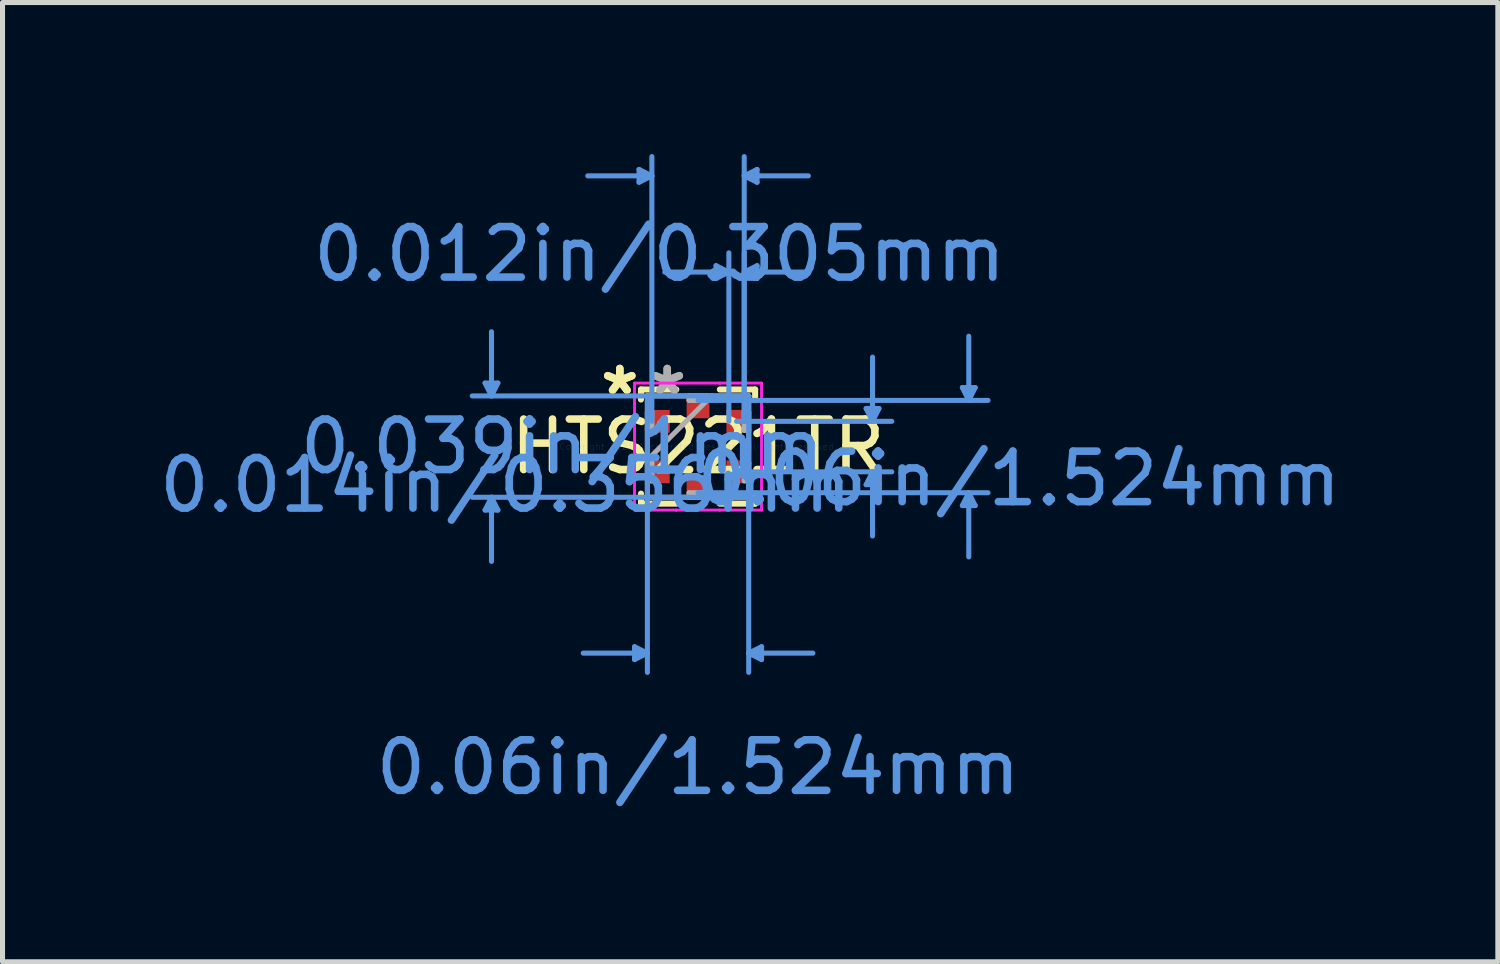
<source format=kicad_pcb>
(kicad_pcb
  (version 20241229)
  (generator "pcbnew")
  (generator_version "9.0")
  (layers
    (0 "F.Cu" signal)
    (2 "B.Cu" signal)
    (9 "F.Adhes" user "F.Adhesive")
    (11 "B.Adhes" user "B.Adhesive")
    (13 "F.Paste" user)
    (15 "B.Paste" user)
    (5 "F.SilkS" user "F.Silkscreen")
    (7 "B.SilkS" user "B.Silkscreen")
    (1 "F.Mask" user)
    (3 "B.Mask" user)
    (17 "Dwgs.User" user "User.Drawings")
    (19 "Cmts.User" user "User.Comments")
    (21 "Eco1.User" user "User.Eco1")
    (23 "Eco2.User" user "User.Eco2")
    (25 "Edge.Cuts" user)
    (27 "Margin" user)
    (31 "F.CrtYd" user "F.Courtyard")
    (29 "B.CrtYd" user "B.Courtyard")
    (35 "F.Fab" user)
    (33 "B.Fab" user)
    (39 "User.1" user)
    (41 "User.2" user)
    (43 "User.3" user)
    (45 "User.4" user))
  (footprint "HTS221TR"
    (layer "F.Cu")
    (at 10.768 5.79)
    (property "Reference" "HTS221TR" (at 0 0 0) (layer "F.SilkS") (effects (font (size 1 1) (thickness 0.15))))
    (attr through_hole)
    (fp_line (start -1.13 -1.13) (end -1.13 -0.931) (stroke (width 0.12) (type solid)) (layer "F.SilkS"))
    (fp_line (start -1.13 0.931) (end -1.13 1.13) (stroke (width 0.12) (type solid)) (layer "F.SilkS"))
    (fp_line (start -1.13 1.13) (end -0.431 1.13) (stroke (width 0.12) (type solid)) (layer "F.SilkS"))
    (fp_line (start -0.431 -1.13) (end -1.13 -1.13) (stroke (width 0.12) (type solid)) (layer "F.SilkS"))
    (fp_line (start 0.431 1.13) (end 1.13 1.13) (stroke (width 0.12) (type solid)) (layer "F.SilkS"))
    (fp_line (start 1.13 -1.13) (end 0.431 -1.13) (stroke (width 0.12) (type solid)) (layer "F.SilkS"))
    (fp_line (start 1.13 -0.931) (end 1.13 -1.13) (stroke (width 0.12) (type solid)) (layer "F.SilkS"))
    (fp_line (start 1.13 1.13) (end 1.13 0.931) (stroke (width 0.12) (type solid)) (layer "F.SilkS"))
    (fp_line (start -4.216 -1.257) (end -3.962 -1.257) (stroke (width 0.1) (type solid)) (layer "Cmts.User"))
    (fp_line (start -4.216 1.257) (end -3.962 1.257) (stroke (width 0.1) (type solid)) (layer "Cmts.User"))
    (fp_line (start -4.089 -1.003) (end -4.216 -1.257) (stroke (width 0.1) (type solid)) (layer "Cmts.User"))
    (fp_line (start -4.089 -1.003) (end -4.089 -2.273) (stroke (width 0.1) (type solid)) (layer "Cmts.User"))
    (fp_line (start -4.089 -1.003) (end -3.962 -1.257) (stroke (width 0.1) (type solid)) (layer "Cmts.User"))
    (fp_line (start -4.089 1.003) (end -4.216 1.257) (stroke (width 0.1) (type solid)) (layer "Cmts.User"))
    (fp_line (start -4.089 1.003) (end -4.089 2.273) (stroke (width 0.1) (type solid)) (layer "Cmts.User"))
    (fp_line (start -4.089 1.003) (end -3.962 1.257) (stroke (width 0.1) (type solid)) (layer "Cmts.User"))
    (fp_line (start -1.257 3.962) (end -1.257 4.216) (stroke (width 0.1) (type solid)) (layer "Cmts.User"))
    (fp_line (start -1.168 -5.486) (end -1.168 -5.232) (stroke (width 0.1) (type solid)) (layer "Cmts.User"))
    (fp_line (start -1.003 -1.003) (end -1.003 4.47) (stroke (width 0.1) (type solid)) (layer "Cmts.User"))
    (fp_line (start -1.003 4.089) (end -2.273 4.089) (stroke (width 0.1) (type solid)) (layer "Cmts.User"))
    (fp_line (start -1.003 4.089) (end -1.257 3.962) (stroke (width 0.1) (type solid)) (layer "Cmts.User"))
    (fp_line (start -1.003 4.089) (end -1.257 4.216) (stroke (width 0.1) (type solid)) (layer "Cmts.User"))
    (fp_line (start -0.914 -5.359) (end -2.184 -5.359) (stroke (width 0.1) (type solid)) (layer "Cmts.User"))
    (fp_line (start -0.914 -5.359) (end -1.168 -5.486) (stroke (width 0.1) (type solid)) (layer "Cmts.User"))
    (fp_line (start -0.914 -5.359) (end -1.168 -5.232) (stroke (width 0.1) (type solid)) (layer "Cmts.User"))
    (fp_line (start -0.914 -0.5) (end -0.914 -5.74) (stroke (width 0.1) (type solid)) (layer "Cmts.User"))
    (fp_line (start 0 -0.914) (end 5.74 -0.914) (stroke (width 0.1) (type solid)) (layer "Cmts.User"))
    (fp_line (start 0 0.914) (end 5.74 0.914) (stroke (width 0.1) (type solid)) (layer "Cmts.User"))
    (fp_line (start 0.356 -3.581) (end 0.356 -3.327) (stroke (width 0.1) (type solid)) (layer "Cmts.User"))
    (fp_line (start 0.61 -3.454) (end -0.66 -3.454) (stroke (width 0.1) (type solid)) (layer "Cmts.User"))
    (fp_line (start 0.61 -3.454) (end 0.356 -3.581) (stroke (width 0.1) (type solid)) (layer "Cmts.User"))
    (fp_line (start 0.61 -3.454) (end 0.356 -3.327) (stroke (width 0.1) (type solid)) (layer "Cmts.User"))
    (fp_line (start 0.61 -0.5) (end 0.61 -3.835) (stroke (width 0.1) (type solid)) (layer "Cmts.User"))
    (fp_line (start 0.762 -0.5) (end 3.835 -0.5) (stroke (width 0.1) (type solid)) (layer "Cmts.User"))
    (fp_line (start 0.762 0.5) (end 3.835 0.5) (stroke (width 0.1) (type solid)) (layer "Cmts.User"))
    (fp_line (start 0.914 -5.359) (end 1.168 -5.486) (stroke (width 0.1) (type solid)) (layer "Cmts.User"))
    (fp_line (start 0.914 -5.359) (end 1.168 -5.232) (stroke (width 0.1) (type solid)) (layer "Cmts.User"))
    (fp_line (start 0.914 -5.359) (end 2.184 -5.359) (stroke (width 0.1) (type solid)) (layer "Cmts.User"))
    (fp_line (start 0.914 -3.454) (end 1.168 -3.581) (stroke (width 0.1) (type solid)) (layer "Cmts.User"))
    (fp_line (start 0.914 -3.454) (end 1.168 -3.327) (stroke (width 0.1) (type solid)) (layer "Cmts.User"))
    (fp_line (start 0.914 -3.454) (end 2.184 -3.454) (stroke (width 0.1) (type solid)) (layer "Cmts.User"))
    (fp_line (start 0.914 -0.5) (end 0.914 -5.74) (stroke (width 0.1) (type solid)) (layer "Cmts.User"))
    (fp_line (start 0.914 -0.5) (end 0.914 -3.835) (stroke (width 0.1) (type solid)) (layer "Cmts.User"))
    (fp_line (start 1.003 -1.003) (end -4.47 -1.003) (stroke (width 0.1) (type solid)) (layer "Cmts.User"))
    (fp_line (start 1.003 -1.003) (end 1.003 4.47) (stroke (width 0.1) (type solid)) (layer "Cmts.User"))
    (fp_line (start 1.003 1.003) (end -4.47 1.003) (stroke (width 0.1) (type solid)) (layer "Cmts.User"))
    (fp_line (start 1.003 4.089) (end 1.257 3.962) (stroke (width 0.1) (type solid)) (layer "Cmts.User"))
    (fp_line (start 1.003 4.089) (end 1.257 4.216) (stroke (width 0.1) (type solid)) (layer "Cmts.User"))
    (fp_line (start 1.003 4.089) (end 2.273 4.089) (stroke (width 0.1) (type solid)) (layer "Cmts.User"))
    (fp_line (start 1.168 -5.486) (end 1.168 -5.232) (stroke (width 0.1) (type solid)) (layer "Cmts.User"))
    (fp_line (start 1.168 -3.581) (end 1.168 -3.327) (stroke (width 0.1) (type solid)) (layer "Cmts.User"))
    (fp_line (start 1.257 3.962) (end 1.257 4.216) (stroke (width 0.1) (type solid)) (layer "Cmts.User"))
    (fp_line (start 3.327 -0.754) (end 3.581 -0.754) (stroke (width 0.1) (type solid)) (layer "Cmts.User"))
    (fp_line (start 3.327 0.754) (end 3.581 0.754) (stroke (width 0.1) (type solid)) (layer "Cmts.User"))
    (fp_line (start 3.454 -0.5) (end 3.327 -0.754) (stroke (width 0.1) (type solid)) (layer "Cmts.User"))
    (fp_line (start 3.454 -0.5) (end 3.454 -1.77) (stroke (width 0.1) (type solid)) (layer "Cmts.User"))
    (fp_line (start 3.454 -0.5) (end 3.581 -0.754) (stroke (width 0.1) (type solid)) (layer "Cmts.User"))
    (fp_line (start 3.454 0.5) (end 3.327 0.754) (stroke (width 0.1) (type solid)) (layer "Cmts.User"))
    (fp_line (start 3.454 0.5) (end 3.454 1.77) (stroke (width 0.1) (type solid)) (layer "Cmts.User"))
    (fp_line (start 3.454 0.5) (end 3.581 0.754) (stroke (width 0.1) (type solid)) (layer "Cmts.User"))
    (fp_line (start 5.232 -1.168) (end 5.486 -1.168) (stroke (width 0.1) (type solid)) (layer "Cmts.User"))
    (fp_line (start 5.232 1.168) (end 5.486 1.168) (stroke (width 0.1) (type solid)) (layer "Cmts.User"))
    (fp_line (start 5.359 -0.914) (end 5.232 -1.168) (stroke (width 0.1) (type solid)) (layer "Cmts.User"))
    (fp_line (start 5.359 -0.914) (end 5.359 -2.184) (stroke (width 0.1) (type solid)) (layer "Cmts.User"))
    (fp_line (start 5.359 -0.914) (end 5.486 -1.168) (stroke (width 0.1) (type solid)) (layer "Cmts.User"))
    (fp_line (start 5.359 0.914) (end 5.232 1.168) (stroke (width 0.1) (type solid)) (layer "Cmts.User"))
    (fp_line (start 5.359 0.914) (end 5.359 2.184) (stroke (width 0.1) (type solid)) (layer "Cmts.User"))
    (fp_line (start 5.359 0.914) (end 5.486 1.168) (stroke (width 0.1) (type solid)) (layer "Cmts.User"))
    (fp_line (start -1.257 -1.257) (end -0.432 -1.257) (stroke (width 0.05) (type solid)) (layer "F.CrtYd"))
    (fp_line (start -1.257 -1.257) (end -0.432 -1.257) (stroke (width 0.05) (type solid)) (layer "F.CrtYd"))
    (fp_line (start -1.257 -0.932) (end -1.257 -1.257) (stroke (width 0.05) (type solid)) (layer "F.CrtYd"))
    (fp_line (start -1.257 -0.932) (end -1.257 -1.257) (stroke (width 0.05) (type solid)) (layer "F.CrtYd"))
    (fp_line (start -1.257 -0.932) (end -1.257 -0.932) (stroke (width 0.05) (type solid)) (layer "F.CrtYd"))
    (fp_line (start -1.257 -0.932) (end -1.257 -0.932) (stroke (width 0.05) (type solid)) (layer "F.CrtYd"))
    (fp_line (start -1.257 0.932) (end -1.257 -0.932) (stroke (width 0.05) (type solid)) (layer "F.CrtYd"))
    (fp_line (start -1.257 0.932) (end -1.257 -0.932) (stroke (width 0.05) (type solid)) (layer "F.CrtYd"))
    (fp_line (start -1.257 0.932) (end -1.257 0.932) (stroke (width 0.05) (type solid)) (layer "F.CrtYd"))
    (fp_line (start -1.257 0.932) (end -1.257 0.932) (stroke (width 0.05) (type solid)) (layer "F.CrtYd"))
    (fp_line (start -1.257 1.257) (end -1.257 0.932) (stroke (width 0.05) (type solid)) (layer "F.CrtYd"))
    (fp_line (start -1.257 1.257) (end -1.257 0.932) (stroke (width 0.05) (type solid)) (layer "F.CrtYd"))
    (fp_line (start -0.432 -1.257) (end -0.432 -1.257) (stroke (width 0.05) (type solid)) (layer "F.CrtYd"))
    (fp_line (start -0.432 -1.257) (end -0.432 -1.257) (stroke (width 0.05) (type solid)) (layer "F.CrtYd"))
    (fp_line (start -0.432 -1.257) (end 0.432 -1.257) (stroke (width 0.05) (type solid)) (layer "F.CrtYd"))
    (fp_line (start -0.432 -1.257) (end 0.432 -1.257) (stroke (width 0.05) (type solid)) (layer "F.CrtYd"))
    (fp_line (start -0.432 1.257) (end -1.257 1.257) (stroke (width 0.05) (type solid)) (layer "F.CrtYd"))
    (fp_line (start -0.432 1.257) (end -1.257 1.257) (stroke (width 0.05) (type solid)) (layer "F.CrtYd"))
    (fp_line (start -0.432 1.257) (end -0.432 1.257) (stroke (width 0.05) (type solid)) (layer "F.CrtYd"))
    (fp_line (start -0.432 1.257) (end -0.432 1.257) (stroke (width 0.05) (type solid)) (layer "F.CrtYd"))
    (fp_line (start 0.432 -1.257) (end 0.432 -1.257) (stroke (width 0.05) (type solid)) (layer "F.CrtYd"))
    (fp_line (start 0.432 -1.257) (end 0.432 -1.257) (stroke (width 0.05) (type solid)) (layer "F.CrtYd"))
    (fp_line (start 0.432 -1.257) (end 1.257 -1.257) (stroke (width 0.05) (type solid)) (layer "F.CrtYd"))
    (fp_line (start 0.432 -1.257) (end 1.257 -1.257) (stroke (width 0.05) (type solid)) (layer "F.CrtYd"))
    (fp_line (start 0.432 1.257) (end -0.432 1.257) (stroke (width 0.05) (type solid)) (layer "F.CrtYd"))
    (fp_line (start 0.432 1.257) (end -0.432 1.257) (stroke (width 0.05) (type solid)) (layer "F.CrtYd"))
    (fp_line (start 0.432 1.257) (end 0.432 1.257) (stroke (width 0.05) (type solid)) (layer "F.CrtYd"))
    (fp_line (start 0.432 1.257) (end 0.432 1.257) (stroke (width 0.05) (type solid)) (layer "F.CrtYd"))
    (fp_line (start 1.257 -1.257) (end 1.257 -0.932) (stroke (width 0.05) (type solid)) (layer "F.CrtYd"))
    (fp_line (start 1.257 -1.257) (end 1.257 -0.932) (stroke (width 0.05) (type solid)) (layer "F.CrtYd"))
    (fp_line (start 1.257 -0.932) (end 1.257 -0.932) (stroke (width 0.05) (type solid)) (layer "F.CrtYd"))
    (fp_line (start 1.257 -0.932) (end 1.257 -0.932) (stroke (width 0.05) (type solid)) (layer "F.CrtYd"))
    (fp_line (start 1.257 -0.932) (end 1.257 0.932) (stroke (width 0.05) (type solid)) (layer "F.CrtYd"))
    (fp_line (start 1.257 -0.932) (end 1.257 0.932) (stroke (width 0.05) (type solid)) (layer "F.CrtYd"))
    (fp_line (start 1.257 0.932) (end 1.257 0.932) (stroke (width 0.05) (type solid)) (layer "F.CrtYd"))
    (fp_line (start 1.257 0.932) (end 1.257 0.932) (stroke (width 0.05) (type solid)) (layer "F.CrtYd"))
    (fp_line (start 1.257 0.932) (end 1.257 1.257) (stroke (width 0.05) (type solid)) (layer "F.CrtYd"))
    (fp_line (start 1.257 0.932) (end 1.257 1.257) (stroke (width 0.05) (type solid)) (layer "F.CrtYd"))
    (fp_line (start 1.257 1.257) (end 0.432 1.257) (stroke (width 0.05) (type solid)) (layer "F.CrtYd"))
    (fp_line (start 1.257 1.257) (end 0.432 1.257) (stroke (width 0.05) (type solid)) (layer "F.CrtYd"))
    (fp_line (start -1.003 -1.003) (end -1.003 -1.003) (stroke (width 0.1) (type solid)) (layer "F.Fab"))
    (fp_line (start -1.003 -1.003) (end -1.003 1.003) (stroke (width 0.1) (type solid)) (layer "F.Fab"))
    (fp_line (start -1.003 -0.678) (end -0.914 -0.678) (stroke (width 0.1) (type solid)) (layer "F.Fab"))
    (fp_line (start -1.003 -0.322) (end -1.003 -0.678) (stroke (width 0.1) (type solid)) (layer "F.Fab"))
    (fp_line (start -1.003 0.267) (end 0.267 -1.003) (stroke (width 0.1) (type solid)) (layer "F.Fab"))
    (fp_line (start -1.003 0.322) (end -0.914 0.322) (stroke (width 0.1) (type solid)) (layer "F.Fab"))
    (fp_line (start -1.003 0.678) (end -1.003 0.322) (stroke (width 0.1) (type solid)) (layer "F.Fab"))
    (fp_line (start -1.003 1.003) (end -1.003 1.003) (stroke (width 0.1) (type solid)) (layer "F.Fab"))
    (fp_line (start -1.003 1.003) (end 1.003 1.003) (stroke (width 0.1) (type solid)) (layer "F.Fab"))
    (fp_line (start -0.914 -0.678) (end -0.914 -0.322) (stroke (width 0.1) (type solid)) (layer "F.Fab"))
    (fp_line (start -0.914 -0.322) (end -1.003 -0.322) (stroke (width 0.1) (type solid)) (layer "F.Fab"))
    (fp_line (start -0.914 0.322) (end -0.914 0.678) (stroke (width 0.1) (type solid)) (layer "F.Fab"))
    (fp_line (start -0.914 0.678) (end -1.003 0.678) (stroke (width 0.1) (type solid)) (layer "F.Fab"))
    (fp_line (start -0.178 -1.003) (end 0.178 -1.003) (stroke (width 0.1) (type solid)) (layer "F.Fab"))
    (fp_line (start -0.178 -0.914) (end -0.178 -1.003) (stroke (width 0.1) (type solid)) (layer "F.Fab"))
    (fp_line (start -0.178 0.914) (end 0.178 0.914) (stroke (width 0.1) (type solid)) (layer "F.Fab"))
    (fp_line (start -0.178 1.003) (end -0.178 0.914) (stroke (width 0.1) (type solid)) (layer "F.Fab"))
    (fp_line (start 0.178 -1.003) (end 0.178 -0.914) (stroke (width 0.1) (type solid)) (layer "F.Fab"))
    (fp_line (start 0.178 -0.914) (end -0.178 -0.914) (stroke (width 0.1) (type solid)) (layer "F.Fab"))
    (fp_line (start 0.178 0.914) (end 0.178 1.003) (stroke (width 0.1) (type solid)) (layer "F.Fab"))
    (fp_line (start 0.178 1.003) (end -0.178 1.003) (stroke (width 0.1) (type solid)) (layer "F.Fab"))
    (fp_line (start 0.914 -0.678) (end 1.003 -0.678) (stroke (width 0.1) (type solid)) (layer "F.Fab"))
    (fp_line (start 0.914 -0.322) (end 0.914 -0.678) (stroke (width 0.1) (type solid)) (layer "F.Fab"))
    (fp_line (start 0.914 0.322) (end 1.003 0.322) (stroke (width 0.1) (type solid)) (layer "F.Fab"))
    (fp_line (start 0.914 0.678) (end 0.914 0.322) (stroke (width 0.1) (type solid)) (layer "F.Fab"))
    (fp_line (start 1.003 -1.003) (end -1.003 -1.003) (stroke (width 0.1) (type solid)) (layer "F.Fab"))
    (fp_line (start 1.003 -1.003) (end 1.003 -1.003) (stroke (width 0.1) (type solid)) (layer "F.Fab"))
    (fp_line (start 1.003 -0.678) (end 1.003 -0.322) (stroke (width 0.1) (type solid)) (layer "F.Fab"))
    (fp_line (start 1.003 -0.322) (end 0.914 -0.322) (stroke (width 0.1) (type solid)) (layer "F.Fab"))
    (fp_line (start 1.003 0.322) (end 1.003 0.678) (stroke (width 0.1) (type solid)) (layer "F.Fab"))
    (fp_line (start 1.003 0.678) (end 0.914 0.678) (stroke (width 0.1) (type solid)) (layer "F.Fab"))
    (fp_line (start 1.003 1.003) (end 1.003 -1.003) (stroke (width 0.1) (type solid)) (layer "F.Fab"))
    (fp_line (start 1.003 1.003) (end 1.003 1.003) (stroke (width 0.1) (type solid)) (layer "F.Fab"))
    (fp_text user "*" (at -1.549 -1 0) (layer "F.SilkS") (effects (font (size 1 1) (thickness 0.15))))
    (fp_text user "*" (at -1.549 -1 0) (layer "F.SilkS") (effects (font (size 1 1) (thickness 0.15))))
    (fp_text user "Copyright 2021 Accelerated Designs. All rights reserved." (at 0 0 0) (layer "Cmts.User") (effects (font (size 0.127 0.127) (thickness 0.002))))
    (fp_text user "0.06in/1.524mm" (at 0 6.35 0) (layer "Cmts.User") (effects (font (size 1 1) (thickness 0.15))))
    (fp_text user "0.012in/0.305mm" (at -0.762 -3.81 0) (layer "Cmts.User") (effects (font (size 1 1) (thickness 0.15))))
    (fp_text user "0.014in/0.356mm" (at -3.81 0.762 0) (layer "Cmts.User") (effects (font (size 1 1) (thickness 0.15))))
    (fp_text user "0.06in/1.524mm" (at 6.35 0.635 0) (layer "Cmts.User") (effects (font (size 1 1) (thickness 0.15))))
    (fp_text user "0.039in/1mm" (at -2.692 0 0) (layer "Cmts.User") (effects (font (size 1 1) (thickness 0.15))))
    (fp_text user "*" (at -0.61 -1 0) (layer "F.Fab") (effects (font (size 1 1) (thickness 0.15))))
    (fp_text user "*" (at -0.61 -1 0) (layer "F.Fab") (effects (font (size 1 1) (thickness 0.15))))
    (pad "1" smd rect (at -0.762 -0.5 90) (size 0.452 0.402) (layers "F.Cu" "F.Mask" "F.Paste"))
    (pad "2" smd rect (at -0.762 0.5 90) (size 0.452 0.402) (layers "F.Cu" "F.Mask" "F.Paste"))
    (pad "3" smd rect (at 0 0.762) (size 0.452 0.402) (layers "F.Cu" "F.Mask" "F.Paste"))
    (pad "4" smd rect (at 0.762 0.5 90) (size 0.452 0.402) (layers "F.Cu" "F.Mask" "F.Paste"))
    (pad "5" smd rect (at 0.762 -0.5 90) (size 0.452 0.402) (layers "F.Cu" "F.Mask" "F.Paste"))
    (pad "6" smd rect (at 0 -0.762) (size 0.452 0.402) (layers "F.Cu" "F.Mask" "F.Paste")))
  (gr_rect
    (start -3 -3)
    (end 26.6 15.989)
    (stroke (width 0.1) (type default))
    (fill no)
    (layer "Edge.Cuts")))
</source>
